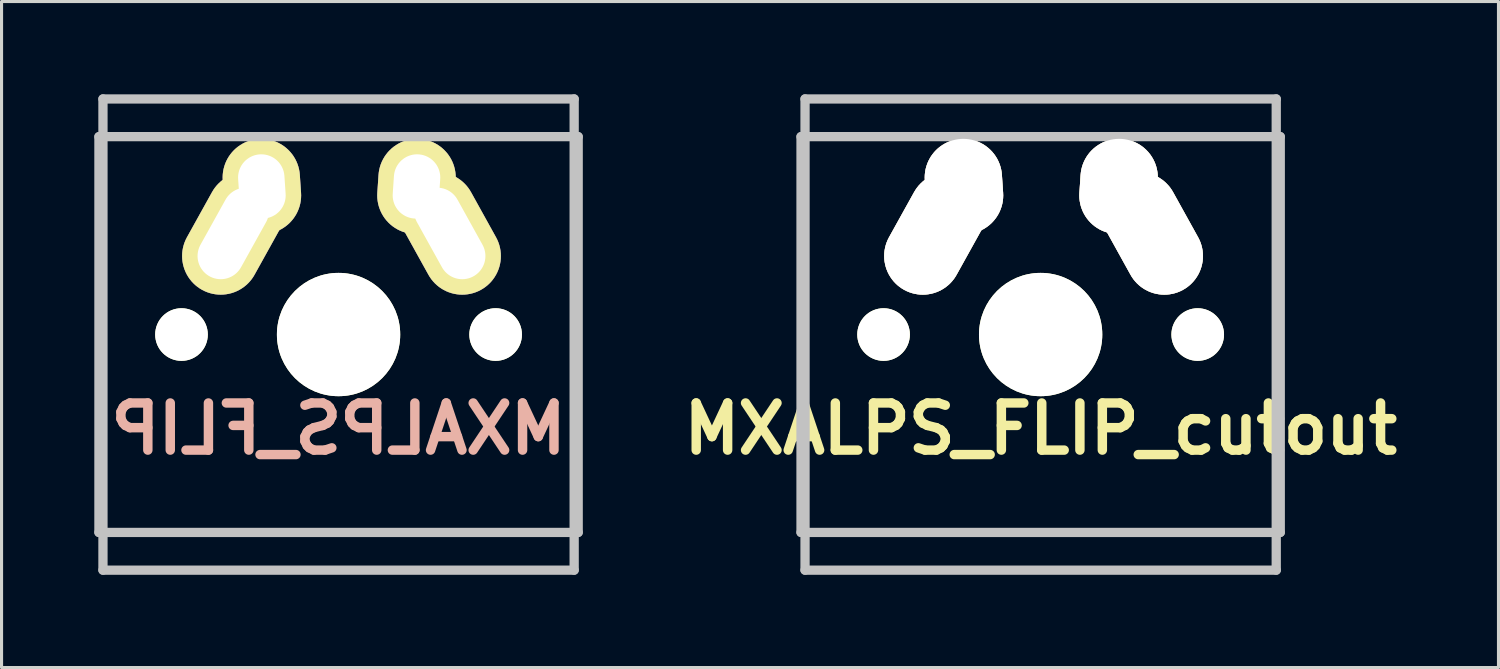
<source format=kicad_pcb>
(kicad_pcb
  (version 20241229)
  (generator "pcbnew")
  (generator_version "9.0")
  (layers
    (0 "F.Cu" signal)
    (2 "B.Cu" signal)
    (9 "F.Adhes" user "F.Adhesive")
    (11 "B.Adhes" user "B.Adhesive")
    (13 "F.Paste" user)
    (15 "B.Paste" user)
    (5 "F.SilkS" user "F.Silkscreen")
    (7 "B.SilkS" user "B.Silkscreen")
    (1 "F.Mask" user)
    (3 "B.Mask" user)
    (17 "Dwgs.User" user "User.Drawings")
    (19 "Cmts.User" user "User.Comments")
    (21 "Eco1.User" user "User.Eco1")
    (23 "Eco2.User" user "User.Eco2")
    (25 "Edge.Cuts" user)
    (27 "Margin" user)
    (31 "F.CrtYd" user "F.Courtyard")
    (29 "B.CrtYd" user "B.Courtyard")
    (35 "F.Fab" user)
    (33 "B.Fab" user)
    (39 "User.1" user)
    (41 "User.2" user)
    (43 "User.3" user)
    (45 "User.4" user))
  (footprint "MXALPS_FLIP_cutout"
    (layer "F.Cu")
    (at 30.607 7.77)
    (property "Reference" "MXALPS_FLIP_cutout" (at 0 3.048 0) (layer "F.SilkS") (effects (font (size 1.524 1.524) (thickness 0.305))))
    (attr through_hole)
    (fp_line (start -7.75 6.4) (end -7.75 -6.4) (stroke (width 0.3) (type solid)) (layer "Dwgs.User"))
    (fp_line (start -7.75 6.4) (end 7.75 6.4) (stroke (width 0.3) (type solid)) (layer "Dwgs.User"))
    (fp_line (start -7.62 -7.62) (end 7.62 -7.62) (stroke (width 0.3) (type solid)) (layer "Dwgs.User"))
    (fp_line (start -7.62 7.62) (end -7.62 -7.62) (stroke (width 0.3) (type solid)) (layer "Dwgs.User"))
    (fp_line (start 7.62 -7.62) (end 7.62 7.62) (stroke (width 0.3) (type solid)) (layer "Dwgs.User"))
    (fp_line (start 7.62 7.62) (end -7.62 7.62) (stroke (width 0.3) (type solid)) (layer "Dwgs.User"))
    (fp_line (start 7.75 -6.4) (end -7.75 -6.4) (stroke (width 0.3) (type solid)) (layer "Dwgs.User"))
    (fp_line (start 7.75 6.4) (end 7.75 -6.4) (stroke (width 0.3) (type solid)) (layer "Dwgs.User"))
    (pad "" np_thru_hole circle (at -5.08 0) (size 1.702 1.702) (drill 1.702) (layers "*.Cu" "*.Mask" "F.SilkS"))
    (pad "" np_thru_hole circle (at 0 0) (size 3.988 3.988) (drill 3.988) (layers "*.Cu" "*.Mask" "F.SilkS"))
    (pad "" np_thru_hole circle (at 5.08 0) (size 1.702 1.702) (drill 1.702) (layers "*.Cu" "*.Mask" "F.SilkS"))
    (pad "1" thru_hole oval (at -3.405 -3.27 330.95) (size 2.5 4.17) (drill oval 2.5 4.17) (layers "*.Cu" "*.Mask" "F.SilkS"))
    (pad "1" thru_hole oval (at -2.48 -4.79 3.9) (size 2.5 3.08) (drill oval 2.5 3.08) (layers "*.Cu" "*.Mask" "F.SilkS"))
    (pad "2" thru_hole oval (at 2.52 -4.79 356.1) (size 2.5 3.08) (drill oval 2.5 3.08) (layers "*.Cu" "*.Mask" "F.SilkS"))
    (pad "2" thru_hole oval (at 3.595 -3.27 29) (size 2.5 4.17) (drill oval 2.5 4.17) (layers "*.Cu" "*.Mask" "F.SilkS")))
  (footprint "MXALPS_FLIP"
    (layer "F.Cu")
    (at 7.9 7.77)
    (property "Reference" "MXALPS_FLIP" (at 0 3.048 0) (layer "B.SilkS") (effects (font (size 1.524 1.524) (thickness 0.305)) (justify mirror)))
    (attr through_hole)
    (fp_line (start -7.75 6.4) (end -7.75 -6.4) (stroke (width 0.3) (type solid)) (layer "Dwgs.User"))
    (fp_line (start -7.75 6.4) (end 7.75 6.4) (stroke (width 0.3) (type solid)) (layer "Dwgs.User"))
    (fp_line (start -7.62 -7.62) (end 7.62 -7.62) (stroke (width 0.3) (type solid)) (layer "Dwgs.User"))
    (fp_line (start -7.62 7.62) (end -7.62 -7.62) (stroke (width 0.3) (type solid)) (layer "Dwgs.User"))
    (fp_line (start 7.62 -7.62) (end 7.62 7.62) (stroke (width 0.3) (type solid)) (layer "Dwgs.User"))
    (fp_line (start 7.62 7.62) (end -7.62 7.62) (stroke (width 0.3) (type solid)) (layer "Dwgs.User"))
    (fp_line (start 7.75 -6.4) (end -7.75 -6.4) (stroke (width 0.3) (type solid)) (layer "Dwgs.User"))
    (fp_line (start 7.75 6.4) (end 7.75 -6.4) (stroke (width 0.3) (type solid)) (layer "Dwgs.User"))
    (pad "" np_thru_hole circle (at -5.08 0) (size 1.702 1.702) (drill 1.702) (layers "*.Cu" "*.Mask" "F.SilkS"))
    (pad "" np_thru_hole circle (at 0 0) (size 3.988 3.988) (drill 3.988) (layers "*.Cu" "*.Mask" "F.SilkS"))
    (pad "" np_thru_hole circle (at 5.08 0) (size 1.702 1.702) (drill 1.702) (layers "*.Cu" "*.Mask" "F.SilkS"))
    (pad "1" thru_hole oval (at -3.405 -3.27 330.95) (size 2.5 4.17) (drill oval 1.5 3.17) (layers "*.Cu" "*.Mask" "F.SilkS"))
    (pad "1" thru_hole oval (at -2.48 -4.79 3.9) (size 2.5 3.08) (drill oval 1.5 2.08) (layers "*.Cu" "*.Mask" "F.SilkS"))
    (pad "2" thru_hole oval (at 2.52 -4.79 356.1) (size 2.5 3.08) (drill oval 1.5 2.08) (layers "*.Cu" "*.Mask" "F.SilkS"))
    (pad "2" thru_hole oval (at 3.595 -3.27 29) (size 2.5 4.17) (drill oval 1.5 3.17) (layers "*.Cu" "*.Mask" "F.SilkS")))
  (gr_rect
    (start -3 -3)
    (end 45.415 18.54)
    (stroke (width 0.1) (type default))
    (fill no)
    (layer "Edge.Cuts")))
</source>
